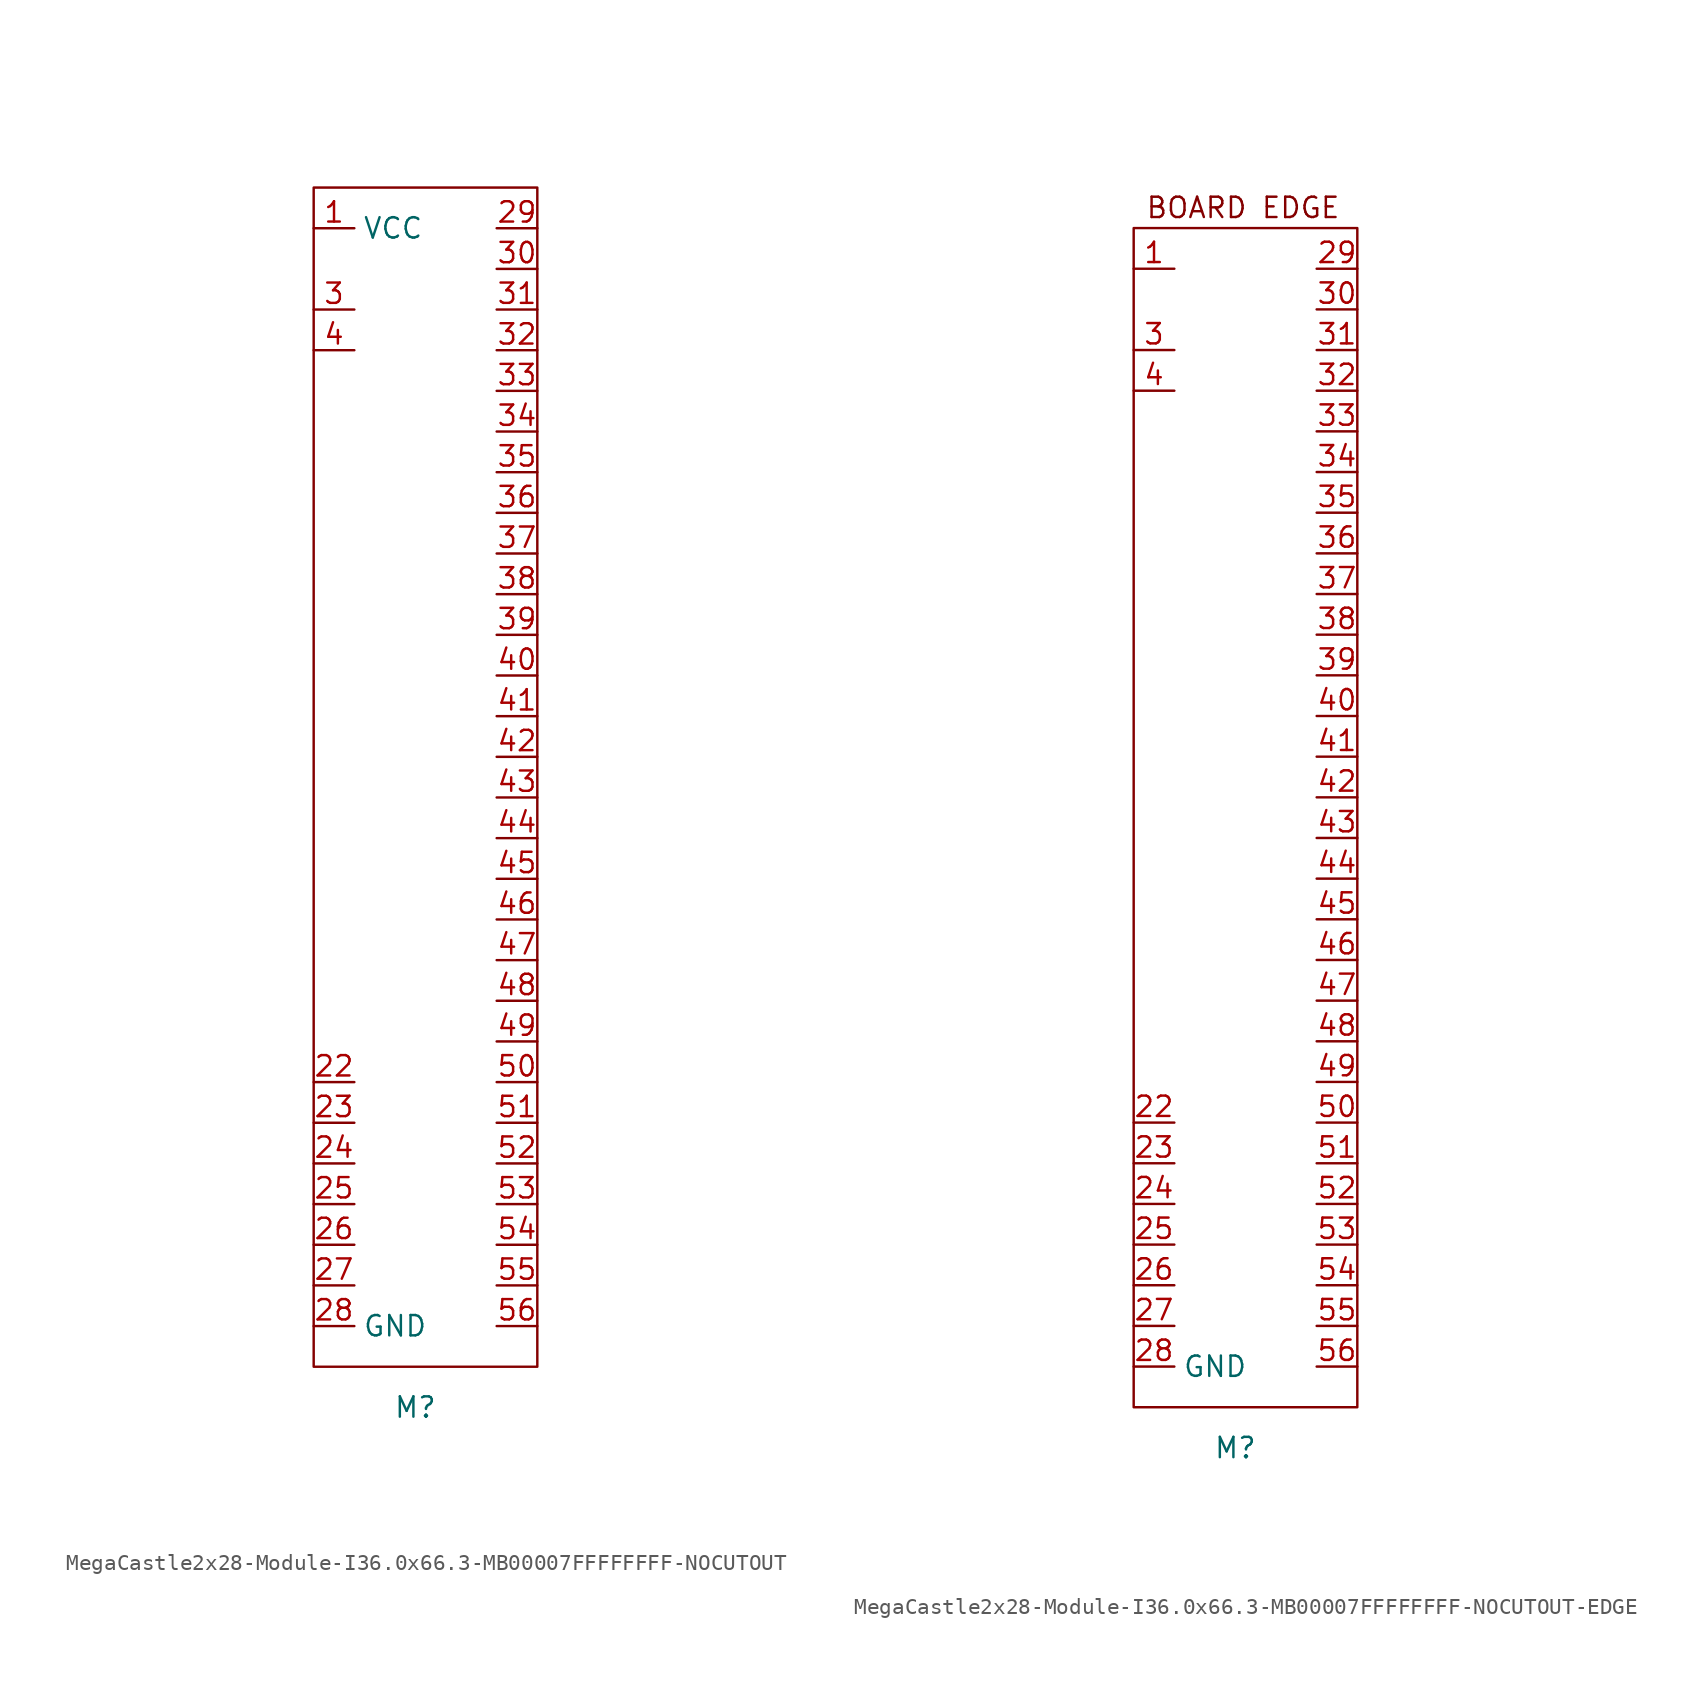
<source format=kicad_sym>
(kicad_symbol_lib
  (version 20241209)
  (generator "kicad_symbol_editor")
  (generator_version "9.0")
  (symbol "MegaCastle2x28-Module-I36.0x66.3-MB00007FFFFFFFF-NOCUTOUT"
    (property "Reference" "M"
      (at 0 -39.37 0)
      (effects (font (size 1.27 1.27))))
    (property "Value" ""
      (at 0 5.08 0)
      (effects (font (size 1.27 1.27))))
    (symbol "MegaCastle2x28-Module-I36.0x66.3-MB00007FFFFFFFF-NOCUTOUT_0_1"
      (rectangle (start -6.35 36.83) (end 7.62 -36.83) (stroke (width 0) (type default)) (fill (type none))))
    (symbol "MegaCastle2x28-Module-I36.0x66.3-MB00007FFFFFFFF-NOCUTOUT_1_1"
      (pin bidirectional line (at -6.35 34.29 0) (length 2.54) (name "VCC" (effects (font (size 1.27 1.27)))) (number "1" (effects (font (size 1.27 1.27)))))
      (pin bidirectional line (at -6.35 29.21 0) (length 2.54) (name "" (effects (font (size 1.27 1.27)))) (number "3" (effects (font (size 1.27 1.27)))))
      (pin bidirectional line (at -6.35 26.67 0) (length 2.54) (name "" (effects (font (size 1.27 1.27)))) (number "4" (effects (font (size 1.27 1.27)))))
      (pin bidirectional line (at -6.35 -19.05 0) (length 2.54) (name "" (effects (font (size 1.27 1.27)))) (number "22" (effects (font (size 1.27 1.27)))))
      (pin bidirectional line (at -6.35 -21.59 0) (length 2.54) (name "" (effects (font (size 1.27 1.27)))) (number "23" (effects (font (size 1.27 1.27)))))
      (pin bidirectional line (at -6.35 -24.13 0) (length 2.54) (name "" (effects (font (size 1.27 1.27)))) (number "24" (effects (font (size 1.27 1.27)))))
      (pin bidirectional line (at -6.35 -26.67 0) (length 2.54) (name "" (effects (font (size 1.27 1.27)))) (number "25" (effects (font (size 1.27 1.27)))))
      (pin bidirectional line (at -6.35 -29.21 0) (length 2.54) (name "" (effects (font (size 1.27 1.27)))) (number "26" (effects (font (size 1.27 1.27)))))
      (pin bidirectional line (at -6.35 -31.75 0) (length 2.54) (name "" (effects (font (size 1.27 1.27)))) (number "27" (effects (font (size 1.27 1.27)))))
      (pin bidirectional line (at -6.35 -34.29 0) (length 2.54) (name "GND" (effects (font (size 1.27 1.27)))) (number "28" (effects (font (size 1.27 1.27)))))
      (pin bidirectional line (at 7.62 34.29 180) (length 2.54) (name "" (effects (font (size 1.27 1.27)))) (number "29" (effects (font (size 1.27 1.27)))))
      (pin bidirectional line (at 7.62 31.75 180) (length 2.54) (name "" (effects (font (size 1.27 1.27)))) (number "30" (effects (font (size 1.27 1.27)))))
      (pin bidirectional line (at 7.62 29.21 180) (length 2.54) (name "" (effects (font (size 1.27 1.27)))) (number "31" (effects (font (size 1.27 1.27)))))
      (pin bidirectional line (at 7.62 26.67 180) (length 2.54) (name "" (effects (font (size 1.27 1.27)))) (number "32" (effects (font (size 1.27 1.27)))))
      (pin bidirectional line (at 7.62 24.13 180) (length 2.54) (name "" (effects (font (size 1.27 1.27)))) (number "33" (effects (font (size 1.27 1.27)))))
      (pin bidirectional line (at 7.62 21.59 180) (length 2.54) (name "" (effects (font (size 1.27 1.27)))) (number "34" (effects (font (size 1.27 1.27)))))
      (pin bidirectional line (at 7.62 19.05 180) (length 2.54) (name "" (effects (font (size 1.27 1.27)))) (number "35" (effects (font (size 1.27 1.27)))))
      (pin bidirectional line (at 7.62 16.51 180) (length 2.54) (name "" (effects (font (size 1.27 1.27)))) (number "36" (effects (font (size 1.27 1.27)))))
      (pin bidirectional line (at 7.62 13.97 180) (length 2.54) (name "" (effects (font (size 1.27 1.27)))) (number "37" (effects (font (size 1.27 1.27)))))
      (pin bidirectional line (at 7.62 11.43 180) (length 2.54) (name "" (effects (font (size 1.27 1.27)))) (number "38" (effects (font (size 1.27 1.27)))))
      (pin bidirectional line (at 7.62 8.89 180) (length 2.54) (name "" (effects (font (size 1.27 1.27)))) (number "39" (effects (font (size 1.27 1.27)))))
      (pin bidirectional line (at 7.62 6.35 180) (length 2.54) (name "" (effects (font (size 1.27 1.27)))) (number "40" (effects (font (size 1.27 1.27)))))
      (pin bidirectional line (at 7.62 3.81 180) (length 2.54) (name "" (effects (font (size 1.27 1.27)))) (number "41" (effects (font (size 1.27 1.27)))))
      (pin bidirectional line (at 7.62 1.27 180) (length 2.54) (name "" (effects (font (size 1.27 1.27)))) (number "42" (effects (font (size 1.27 1.27)))))
      (pin bidirectional line (at 7.62 -1.27 180) (length 2.54) (name "" (effects (font (size 1.27 1.27)))) (number "43" (effects (font (size 1.27 1.27)))))
      (pin bidirectional line (at 7.62 -3.81 180) (length 2.54) (name "" (effects (font (size 1.27 1.27)))) (number "44" (effects (font (size 1.27 1.27)))))
      (pin bidirectional line (at 7.62 -6.35 180) (length 2.54) (name "" (effects (font (size 1.27 1.27)))) (number "45" (effects (font (size 1.27 1.27)))))
      (pin bidirectional line (at 7.62 -8.89 180) (length 2.54) (name "" (effects (font (size 1.27 1.27)))) (number "46" (effects (font (size 1.27 1.27)))))
      (pin bidirectional line (at 7.62 -11.43 180) (length 2.54) (name "" (effects (font (size 1.27 1.27)))) (number "47" (effects (font (size 1.27 1.27)))))
      (pin bidirectional line (at 7.62 -13.97 180) (length 2.54) (name "" (effects (font (size 1.27 1.27)))) (number "48" (effects (font (size 1.27 1.27)))))
      (pin bidirectional line (at 7.62 -16.51 180) (length 2.54) (name "" (effects (font (size 1.27 1.27)))) (number "49" (effects (font (size 1.27 1.27)))))
      (pin bidirectional line (at 7.62 -19.05 180) (length 2.54) (name "" (effects (font (size 1.27 1.27)))) (number "50" (effects (font (size 1.27 1.27)))))
      (pin bidirectional line (at 7.62 -21.59 180) (length 2.54) (name "" (effects (font (size 1.27 1.27)))) (number "51" (effects (font (size 1.27 1.27)))))
      (pin bidirectional line (at 7.62 -24.13 180) (length 2.54) (name "" (effects (font (size 1.27 1.27)))) (number "52" (effects (font (size 1.27 1.27)))))
      (pin bidirectional line (at 7.62 -26.67 180) (length 2.54) (name "" (effects (font (size 1.27 1.27)))) (number "53" (effects (font (size 1.27 1.27)))))
      (pin bidirectional line (at 7.62 -29.21 180) (length 2.54) (name "" (effects (font (size 1.27 1.27)))) (number "54" (effects (font (size 1.27 1.27)))))
      (pin bidirectional line (at 7.62 -31.75 180) (length 2.54) (name "" (effects (font (size 1.27 1.27)))) (number "55" (effects (font (size 1.27 1.27)))))
      (pin bidirectional line (at 7.62 -34.29 180) (length 2.54) (name "" (effects (font (size 1.27 1.27)))) (number "56" (effects (font (size 1.27 1.27)))))))
  (symbol "MegaCastle2x28-Module-I36.0x66.3-MB00007FFFFFFFF-NOCUTOUT-EDGE"
    (property "Reference" "M"
      (at 0 -39.37 0)
      (effects (font (size 1.27 1.27))))
    (property "Value" ""
      (at 0 5.08 0)
      (effects (font (size 1.27 1.27))))
    (symbol "MegaCastle2x28-Module-I36.0x66.3-MB00007FFFFFFFF-NOCUTOUT-EDGE_0_1"
      (rectangle (start -6.35 36.83) (end 7.62 -36.83) (stroke (width 0) (type default)) (fill (type none))))
    (symbol "MegaCastle2x28-Module-I36.0x66.3-MB00007FFFFFFFF-NOCUTOUT-EDGE_1_1"
      (text " BOARD EDGE" (at 0 38.1 0) (effects (font (size 1.27 1.27))))
      (pin bidirectional line (at -6.35 34.29 0) (length 2.54) (name "" (effects (font (size 1.27 1.27)))) (number "1" (effects (font (size 1.27 1.27)))))
      (pin bidirectional line (at -6.35 29.21 0) (length 2.54) (name "" (effects (font (size 1.27 1.27)))) (number "3" (effects (font (size 1.27 1.27)))))
      (pin bidirectional line (at -6.35 26.67 0) (length 2.54) (name "" (effects (font (size 1.27 1.27)))) (number "4" (effects (font (size 1.27 1.27)))))
      (pin bidirectional line (at -6.35 -19.05 0) (length 2.54) (name "" (effects (font (size 1.27 1.27)))) (number "22" (effects (font (size 1.27 1.27)))))
      (pin bidirectional line (at -6.35 -21.59 0) (length 2.54) (name "" (effects (font (size 1.27 1.27)))) (number "23" (effects (font (size 1.27 1.27)))))
      (pin bidirectional line (at -6.35 -24.13 0) (length 2.54) (name "" (effects (font (size 1.27 1.27)))) (number "24" (effects (font (size 1.27 1.27)))))
      (pin bidirectional line (at -6.35 -26.67 0) (length 2.54) (name "" (effects (font (size 1.27 1.27)))) (number "25" (effects (font (size 1.27 1.27)))))
      (pin bidirectional line (at -6.35 -29.21 0) (length 2.54) (name "" (effects (font (size 1.27 1.27)))) (number "26" (effects (font (size 1.27 1.27)))))
      (pin bidirectional line (at -6.35 -31.75 0) (length 2.54) (name "" (effects (font (size 1.27 1.27)))) (number "27" (effects (font (size 1.27 1.27)))))
      (pin bidirectional line (at -6.35 -34.29 0) (length 2.54) (name "GND" (effects (font (size 1.27 1.27)))) (number "28" (effects (font (size 1.27 1.27)))))
      (pin bidirectional line (at 7.62 34.29 180) (length 2.54) (name "" (effects (font (size 1.27 1.27)))) (number "29" (effects (font (size 1.27 1.27)))))
      (pin bidirectional line (at 7.62 31.75 180) (length 2.54) (name "" (effects (font (size 1.27 1.27)))) (number "30" (effects (font (size 1.27 1.27)))))
      (pin bidirectional line (at 7.62 29.21 180) (length 2.54) (name "" (effects (font (size 1.27 1.27)))) (number "31" (effects (font (size 1.27 1.27)))))
      (pin bidirectional line (at 7.62 26.67 180) (length 2.54) (name "" (effects (font (size 1.27 1.27)))) (number "32" (effects (font (size 1.27 1.27)))))
      (pin bidirectional line (at 7.62 24.13 180) (length 2.54) (name "" (effects (font (size 1.27 1.27)))) (number "33" (effects (font (size 1.27 1.27)))))
      (pin bidirectional line (at 7.62 21.59 180) (length 2.54) (name "" (effects (font (size 1.27 1.27)))) (number "34" (effects (font (size 1.27 1.27)))))
      (pin bidirectional line (at 7.62 19.05 180) (length 2.54) (name "" (effects (font (size 1.27 1.27)))) (number "35" (effects (font (size 1.27 1.27)))))
      (pin bidirectional line (at 7.62 16.51 180) (length 2.54) (name "" (effects (font (size 1.27 1.27)))) (number "36" (effects (font (size 1.27 1.27)))))
      (pin bidirectional line (at 7.62 13.97 180) (length 2.54) (name "" (effects (font (size 1.27 1.27)))) (number "37" (effects (font (size 1.27 1.27)))))
      (pin bidirectional line (at 7.62 11.43 180) (length 2.54) (name "" (effects (font (size 1.27 1.27)))) (number "38" (effects (font (size 1.27 1.27)))))
      (pin bidirectional line (at 7.62 8.89 180) (length 2.54) (name "" (effects (font (size 1.27 1.27)))) (number "39" (effects (font (size 1.27 1.27)))))
      (pin bidirectional line (at 7.62 6.35 180) (length 2.54) (name "" (effects (font (size 1.27 1.27)))) (number "40" (effects (font (size 1.27 1.27)))))
      (pin bidirectional line (at 7.62 3.81 180) (length 2.54) (name "" (effects (font (size 1.27 1.27)))) (number "41" (effects (font (size 1.27 1.27)))))
      (pin bidirectional line (at 7.62 1.27 180) (length 2.54) (name "" (effects (font (size 1.27 1.27)))) (number "42" (effects (font (size 1.27 1.27)))))
      (pin bidirectional line (at 7.62 -1.27 180) (length 2.54) (name "" (effects (font (size 1.27 1.27)))) (number "43" (effects (font (size 1.27 1.27)))))
      (pin bidirectional line (at 7.62 -3.81 180) (length 2.54) (name "" (effects (font (size 1.27 1.27)))) (number "44" (effects (font (size 1.27 1.27)))))
      (pin bidirectional line (at 7.62 -6.35 180) (length 2.54) (name "" (effects (font (size 1.27 1.27)))) (number "45" (effects (font (size 1.27 1.27)))))
      (pin bidirectional line (at 7.62 -8.89 180) (length 2.54) (name "" (effects (font (size 1.27 1.27)))) (number "46" (effects (font (size 1.27 1.27)))))
      (pin bidirectional line (at 7.62 -11.43 180) (length 2.54) (name "" (effects (font (size 1.27 1.27)))) (number "47" (effects (font (size 1.27 1.27)))))
      (pin bidirectional line (at 7.62 -13.97 180) (length 2.54) (name "" (effects (font (size 1.27 1.27)))) (number "48" (effects (font (size 1.27 1.27)))))
      (pin bidirectional line (at 7.62 -16.51 180) (length 2.54) (name "" (effects (font (size 1.27 1.27)))) (number "49" (effects (font (size 1.27 1.27)))))
      (pin bidirectional line (at 7.62 -19.05 180) (length 2.54) (name "" (effects (font (size 1.27 1.27)))) (number "50" (effects (font (size 1.27 1.27)))))
      (pin bidirectional line (at 7.62 -21.59 180) (length 2.54) (name "" (effects (font (size 1.27 1.27)))) (number "51" (effects (font (size 1.27 1.27)))))
      (pin bidirectional line (at 7.62 -24.13 180) (length 2.54) (name "" (effects (font (size 1.27 1.27)))) (number "52" (effects (font (size 1.27 1.27)))))
      (pin bidirectional line (at 7.62 -26.67 180) (length 2.54) (name "" (effects (font (size 1.27 1.27)))) (number "53" (effects (font (size 1.27 1.27)))))
      (pin bidirectional line (at 7.62 -29.21 180) (length 2.54) (name "" (effects (font (size 1.27 1.27)))) (number "54" (effects (font (size 1.27 1.27)))))
      (pin bidirectional line (at 7.62 -31.75 180) (length 2.54) (name "" (effects (font (size 1.27 1.27)))) (number "55" (effects (font (size 1.27 1.27)))))
      (pin bidirectional line (at 7.62 -34.29 180) (length 2.54) (name "" (effects (font (size 1.27 1.27)))) (number "56" (effects (font (size 1.27 1.27))))))))
</source>
